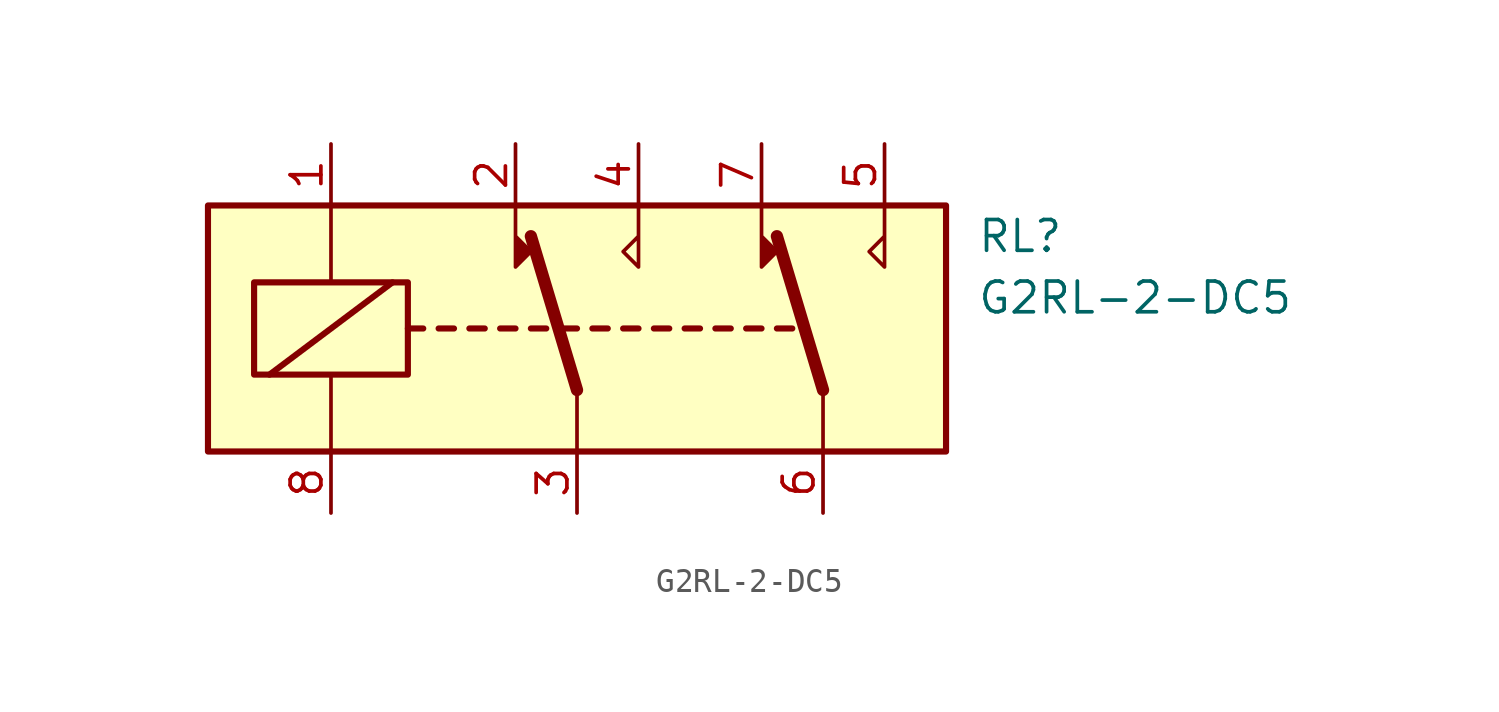
<source format=kicad_sym>
(kicad_symbol_lib
  (version 20220914)
  (generator kicad_symbol_editor)
  (symbol "G2RL-2-DC5"
    (property "Reference" "RL"
      (at 16.51 3.81 0)
      (effects (font (size 1.27 1.27)) (justify left)))
    (property "Value" "G2RL-2-DC5"
      (at 16.51 1.27 0)
      (effects (font (size 1.27 1.27)) (justify left)))
    (symbol "G2RL-2-DC5_0_1"
      (rectangle (start -15.24 5.08) (end 15.24 -5.08) (stroke (width 0.254) (type default)) (fill (type background)))
      (rectangle (start -13.335 1.905) (end -6.985 -1.905) (stroke (width 0.254) (type default)) (fill (type none)))
      (polyline (pts (xy -12.7 -1.905) (xy -7.62 1.905)) (stroke (width 0.254) (type default)) (fill (type none)))
      (polyline (pts (xy -10.16 -5.08) (xy -10.16 -1.905)) (stroke (width 0) (type default)) (fill (type none)))
      (polyline (pts (xy -10.16 5.08) (xy -10.16 1.905)) (stroke (width 0) (type default)) (fill (type none)))
      (polyline (pts (xy -6.985 0) (xy -6.35 0)) (stroke (width 0.254) (type default)) (fill (type none)))
      (polyline (pts (xy -5.715 0) (xy -5.08 0)) (stroke (width 0.254) (type default)) (fill (type none)))
      (polyline (pts (xy -4.445 0) (xy -3.81 0)) (stroke (width 0.254) (type default)) (fill (type none)))
      (polyline (pts (xy -3.175 0) (xy -2.54 0)) (stroke (width 0.254) (type default)) (fill (type none)))
      (polyline (pts (xy -1.905 0) (xy -1.27 0)) (stroke (width 0.254) (type default)) (fill (type none)))
      (polyline (pts (xy -0.635 0) (xy 0 0)) (stroke (width 0.254) (type default)) (fill (type none)))
      (polyline (pts (xy 0 -2.54) (xy -1.905 3.81)) (stroke (width 0.508) (type default)) (fill (type none)))
      (polyline (pts (xy 0 -2.54) (xy 0 -5.08)) (stroke (width 0) (type default)) (fill (type none)))
      (polyline (pts (xy 0.635 0) (xy 1.27 0)) (stroke (width 0.254) (type default)) (fill (type none)))
      (polyline (pts (xy 1.905 0) (xy 2.54 0)) (stroke (width 0.254) (type default)) (fill (type none)))
      (polyline (pts (xy 3.175 0) (xy 3.81 0)) (stroke (width 0.254) (type default)) (fill (type none)))
      (polyline (pts (xy 4.445 0) (xy 5.08 0)) (stroke (width 0.254) (type default)) (fill (type none)))
      (polyline (pts (xy 5.715 0) (xy 6.35 0)) (stroke (width 0.254) (type default)) (fill (type none)))
      (polyline (pts (xy 6.985 0) (xy 7.62 0)) (stroke (width 0.254) (type default)) (fill (type none)))
      (polyline (pts (xy 8.255 0) (xy 8.89 0)) (stroke (width 0.254) (type default)) (fill (type none)))
      (polyline (pts (xy 10.16 -2.54) (xy 8.255 3.81)) (stroke (width 0.508) (type default)) (fill (type none)))
      (polyline (pts (xy 10.16 -2.54) (xy 10.16 -5.08)) (stroke (width 0) (type default)) (fill (type none)))
      (polyline (pts (xy -2.54 5.08) (xy -2.54 2.54) (xy -1.905 3.175) (xy -2.54 3.81)) (stroke (width 0) (type default)) (fill (type outline)))
      (polyline (pts (xy 2.54 5.08) (xy 2.54 2.54) (xy 1.905 3.175) (xy 2.54 3.81)) (stroke (width 0) (type default)) (fill (type none)))
      (polyline (pts (xy 7.62 5.08) (xy 7.62 2.54) (xy 8.255 3.175) (xy 7.62 3.81)) (stroke (width 0) (type default)) (fill (type outline)))
      (polyline (pts (xy 12.7 5.08) (xy 12.7 2.54) (xy 12.065 3.175) (xy 12.7 3.81)) (stroke (width 0) (type default)) (fill (type none))))
    (symbol "G2RL-2-DC5_1_1"
      (pin passive line (at -10.16 7.62 270) (length 2.54) (name "~" (effects (font (size 1.27 1.27)))) (number "1" (effects (font (size 1.27 1.27)))))
      (pin passive line (at -2.54 7.62 270) (length 2.54) (name "~" (effects (font (size 1.27 1.27)))) (number "2" (effects (font (size 1.27 1.27)))))
      (pin passive line (at 0 -7.62 90) (length 2.54) (name "~" (effects (font (size 1.27 1.27)))) (number "3" (effects (font (size 1.27 1.27)))))
      (pin passive line (at 2.54 7.62 270) (length 2.54) (name "~" (effects (font (size 1.27 1.27)))) (number "4" (effects (font (size 1.27 1.27)))))
      (pin passive line (at 12.7 7.62 270) (length 2.54) (name "~" (effects (font (size 1.27 1.27)))) (number "5" (effects (font (size 1.27 1.27)))))
      (pin passive line (at 10.16 -7.62 90) (length 2.54) (name "~" (effects (font (size 1.27 1.27)))) (number "6" (effects (font (size 1.27 1.27)))))
      (pin passive line (at 7.62 7.62 270) (length 2.54) (name "~" (effects (font (size 1.27 1.27)))) (number "7" (effects (font (size 1.27 1.27)))))
      (pin passive line (at -10.16 -7.62 90) (length 2.54) (name "~" (effects (font (size 1.27 1.27)))) (number "8" (effects (font (size 1.27 1.27))))))))
</source>
